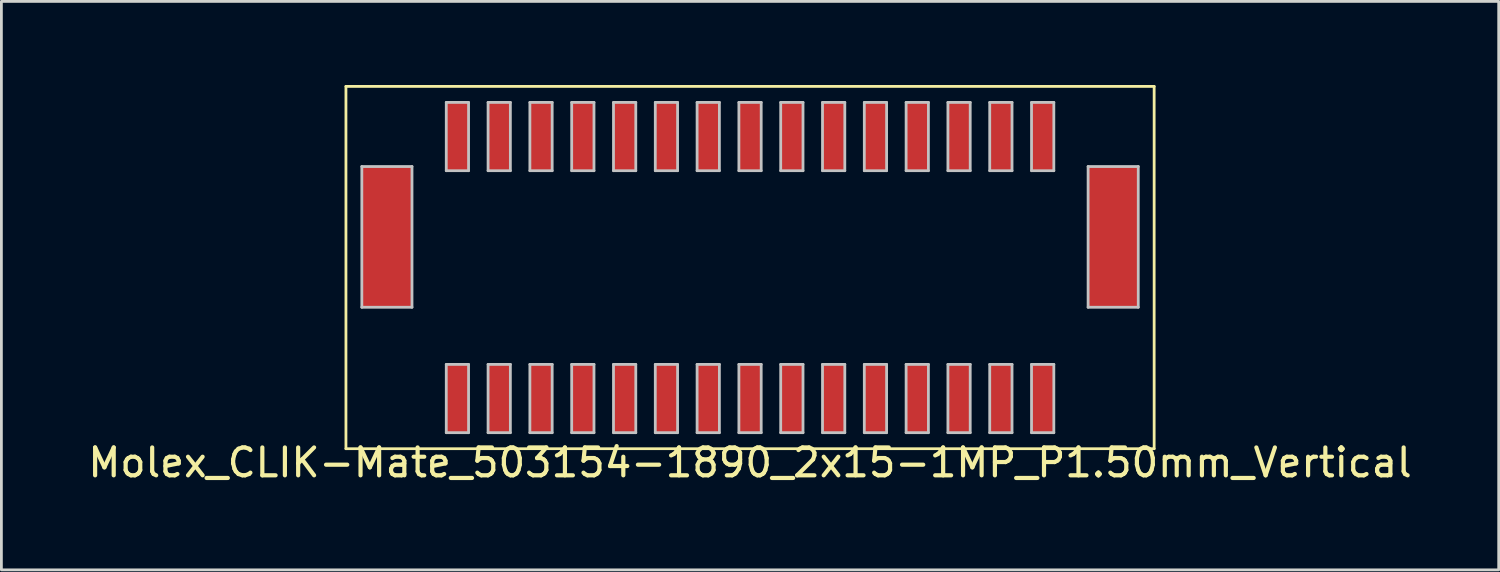
<source format=kicad_pcb>
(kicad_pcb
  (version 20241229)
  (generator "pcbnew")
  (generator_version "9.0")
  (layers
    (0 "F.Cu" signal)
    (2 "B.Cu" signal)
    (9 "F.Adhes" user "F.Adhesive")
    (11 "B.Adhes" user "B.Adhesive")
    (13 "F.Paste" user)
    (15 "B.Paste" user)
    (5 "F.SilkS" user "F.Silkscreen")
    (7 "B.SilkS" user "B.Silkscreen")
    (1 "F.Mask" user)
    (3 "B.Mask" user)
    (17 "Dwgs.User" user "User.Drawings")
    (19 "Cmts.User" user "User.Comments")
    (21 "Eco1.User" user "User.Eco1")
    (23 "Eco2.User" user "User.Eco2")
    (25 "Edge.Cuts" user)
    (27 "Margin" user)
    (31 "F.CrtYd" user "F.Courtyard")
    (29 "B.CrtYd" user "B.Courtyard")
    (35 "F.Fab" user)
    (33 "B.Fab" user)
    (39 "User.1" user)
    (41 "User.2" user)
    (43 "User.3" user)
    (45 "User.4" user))
  (footprint "Molex_CLIK-Mate_503154-1890_2x15-1MP_P1.50mm_Vertical"
    (layer "F.Cu")
    (at 23.863 6.55)
    (property "Reference" "Molex_CLIK-Mate_503154-1890_2x15-1MP_P1.50mm_Vertical" (at 0 7 0) (layer "F.SilkS") (effects (font (size 1 1) (thickness 0.15))))
    (attr through_hole)
    (fp_line (start -14.5 -6.5) (end -14.5 6.5) (stroke (width 0.1) (type solid)) (layer "F.SilkS"))
    (fp_line (start -14.5 6.5) (end 14.5 6.5) (stroke (width 0.1) (type solid)) (layer "F.SilkS"))
    (fp_line (start 14.5 -6.5) (end -14.5 -6.5) (stroke (width 0.1) (type solid)) (layer "F.SilkS"))
    (fp_line (start 14.5 6.5) (end 14.5 -6.5) (stroke (width 0.1) (type solid)) (layer "F.SilkS"))
    (fp_line (start -13.93 -3.625) (end -12.13 -3.625) (stroke (width 0.1) (type solid)) (layer "Dwgs.User"))
    (fp_line (start -13.93 1.425) (end -13.93 -3.625) (stroke (width 0.1) (type solid)) (layer "Dwgs.User"))
    (fp_line (start -12.13 -3.625) (end -12.13 1.425) (stroke (width 0.1) (type solid)) (layer "Dwgs.User"))
    (fp_line (start -12.13 1.425) (end -13.93 1.425) (stroke (width 0.1) (type solid)) (layer "Dwgs.User"))
    (fp_line (start -10.9 -5.925) (end -10.1 -5.925) (stroke (width 0.1) (type solid)) (layer "Dwgs.User"))
    (fp_line (start -10.9 -3.475) (end -10.9 -5.925) (stroke (width 0.1) (type solid)) (layer "Dwgs.User"))
    (fp_line (start -10.9 3.475) (end -10.1 3.475) (stroke (width 0.1) (type solid)) (layer "Dwgs.User"))
    (fp_line (start -10.9 5.925) (end -10.9 3.475) (stroke (width 0.1) (type solid)) (layer "Dwgs.User"))
    (fp_line (start -10.1 -5.925) (end -10.1 -3.475) (stroke (width 0.1) (type solid)) (layer "Dwgs.User"))
    (fp_line (start -10.1 -3.475) (end -10.9 -3.475) (stroke (width 0.1) (type solid)) (layer "Dwgs.User"))
    (fp_line (start -10.1 3.475) (end -10.1 5.925) (stroke (width 0.1) (type solid)) (layer "Dwgs.User"))
    (fp_line (start -10.1 5.925) (end -10.9 5.925) (stroke (width 0.1) (type solid)) (layer "Dwgs.User"))
    (fp_line (start -9.4 -5.925) (end -8.6 -5.925) (stroke (width 0.1) (type solid)) (layer "Dwgs.User"))
    (fp_line (start -9.4 -3.475) (end -9.4 -5.925) (stroke (width 0.1) (type solid)) (layer "Dwgs.User"))
    (fp_line (start -9.4 3.475) (end -8.6 3.475) (stroke (width 0.1) (type solid)) (layer "Dwgs.User"))
    (fp_line (start -9.4 5.925) (end -9.4 3.475) (stroke (width 0.1) (type solid)) (layer "Dwgs.User"))
    (fp_line (start -8.6 -5.925) (end -8.6 -3.475) (stroke (width 0.1) (type solid)) (layer "Dwgs.User"))
    (fp_line (start -8.6 -3.475) (end -9.4 -3.475) (stroke (width 0.1) (type solid)) (layer "Dwgs.User"))
    (fp_line (start -8.6 3.475) (end -8.6 5.925) (stroke (width 0.1) (type solid)) (layer "Dwgs.User"))
    (fp_line (start -8.6 5.925) (end -9.4 5.925) (stroke (width 0.1) (type solid)) (layer "Dwgs.User"))
    (fp_line (start -7.9 -5.925) (end -7.1 -5.925) (stroke (width 0.1) (type solid)) (layer "Dwgs.User"))
    (fp_line (start -7.9 -3.475) (end -7.9 -5.925) (stroke (width 0.1) (type solid)) (layer "Dwgs.User"))
    (fp_line (start -7.9 3.475) (end -7.1 3.475) (stroke (width 0.1) (type solid)) (layer "Dwgs.User"))
    (fp_line (start -7.9 5.925) (end -7.9 3.475) (stroke (width 0.1) (type solid)) (layer "Dwgs.User"))
    (fp_line (start -7.1 -5.925) (end -7.1 -3.475) (stroke (width 0.1) (type solid)) (layer "Dwgs.User"))
    (fp_line (start -7.1 -3.475) (end -7.9 -3.475) (stroke (width 0.1) (type solid)) (layer "Dwgs.User"))
    (fp_line (start -7.1 3.475) (end -7.1 5.925) (stroke (width 0.1) (type solid)) (layer "Dwgs.User"))
    (fp_line (start -7.1 5.925) (end -7.9 5.925) (stroke (width 0.1) (type solid)) (layer "Dwgs.User"))
    (fp_line (start -6.4 -5.925) (end -5.6 -5.925) (stroke (width 0.1) (type solid)) (layer "Dwgs.User"))
    (fp_line (start -6.4 -3.475) (end -6.4 -5.925) (stroke (width 0.1) (type solid)) (layer "Dwgs.User"))
    (fp_line (start -6.4 3.475) (end -5.6 3.475) (stroke (width 0.1) (type solid)) (layer "Dwgs.User"))
    (fp_line (start -6.4 5.925) (end -6.4 3.475) (stroke (width 0.1) (type solid)) (layer "Dwgs.User"))
    (fp_line (start -5.6 -5.925) (end -5.6 -3.475) (stroke (width 0.1) (type solid)) (layer "Dwgs.User"))
    (fp_line (start -5.6 -3.475) (end -6.4 -3.475) (stroke (width 0.1) (type solid)) (layer "Dwgs.User"))
    (fp_line (start -5.6 3.475) (end -5.6 5.925) (stroke (width 0.1) (type solid)) (layer "Dwgs.User"))
    (fp_line (start -5.6 5.925) (end -6.4 5.925) (stroke (width 0.1) (type solid)) (layer "Dwgs.User"))
    (fp_line (start -4.9 -5.925) (end -4.1 -5.925) (stroke (width 0.1) (type solid)) (layer "Dwgs.User"))
    (fp_line (start -4.9 -3.475) (end -4.9 -5.925) (stroke (width 0.1) (type solid)) (layer "Dwgs.User"))
    (fp_line (start -4.9 3.475) (end -4.1 3.475) (stroke (width 0.1) (type solid)) (layer "Dwgs.User"))
    (fp_line (start -4.9 5.925) (end -4.9 3.475) (stroke (width 0.1) (type solid)) (layer "Dwgs.User"))
    (fp_line (start -4.1 -5.925) (end -4.1 -3.475) (stroke (width 0.1) (type solid)) (layer "Dwgs.User"))
    (fp_line (start -4.1 -3.475) (end -4.9 -3.475) (stroke (width 0.1) (type solid)) (layer "Dwgs.User"))
    (fp_line (start -4.1 3.475) (end -4.1 5.925) (stroke (width 0.1) (type solid)) (layer "Dwgs.User"))
    (fp_line (start -4.1 5.925) (end -4.9 5.925) (stroke (width 0.1) (type solid)) (layer "Dwgs.User"))
    (fp_line (start -3.4 -5.925) (end -2.6 -5.925) (stroke (width 0.1) (type solid)) (layer "Dwgs.User"))
    (fp_line (start -3.4 -3.475) (end -3.4 -5.925) (stroke (width 0.1) (type solid)) (layer "Dwgs.User"))
    (fp_line (start -3.4 3.475) (end -2.6 3.475) (stroke (width 0.1) (type solid)) (layer "Dwgs.User"))
    (fp_line (start -3.4 5.925) (end -3.4 3.475) (stroke (width 0.1) (type solid)) (layer "Dwgs.User"))
    (fp_line (start -2.6 -5.925) (end -2.6 -3.475) (stroke (width 0.1) (type solid)) (layer "Dwgs.User"))
    (fp_line (start -2.6 -3.475) (end -3.4 -3.475) (stroke (width 0.1) (type solid)) (layer "Dwgs.User"))
    (fp_line (start -2.6 3.475) (end -2.6 5.925) (stroke (width 0.1) (type solid)) (layer "Dwgs.User"))
    (fp_line (start -2.6 5.925) (end -3.4 5.925) (stroke (width 0.1) (type solid)) (layer "Dwgs.User"))
    (fp_line (start -1.9 -5.925) (end -1.1 -5.925) (stroke (width 0.1) (type solid)) (layer "Dwgs.User"))
    (fp_line (start -1.9 -3.475) (end -1.9 -5.925) (stroke (width 0.1) (type solid)) (layer "Dwgs.User"))
    (fp_line (start -1.9 3.475) (end -1.1 3.475) (stroke (width 0.1) (type solid)) (layer "Dwgs.User"))
    (fp_line (start -1.9 5.925) (end -1.9 3.475) (stroke (width 0.1) (type solid)) (layer "Dwgs.User"))
    (fp_line (start -1.1 -5.925) (end -1.1 -3.475) (stroke (width 0.1) (type solid)) (layer "Dwgs.User"))
    (fp_line (start -1.1 -3.475) (end -1.9 -3.475) (stroke (width 0.1) (type solid)) (layer "Dwgs.User"))
    (fp_line (start -1.1 3.475) (end -1.1 5.925) (stroke (width 0.1) (type solid)) (layer "Dwgs.User"))
    (fp_line (start -1.1 5.925) (end -1.9 5.925) (stroke (width 0.1) (type solid)) (layer "Dwgs.User"))
    (fp_line (start -0.4 -5.925) (end 0.4 -5.925) (stroke (width 0.1) (type solid)) (layer "Dwgs.User"))
    (fp_line (start -0.4 -3.475) (end -0.4 -5.925) (stroke (width 0.1) (type solid)) (layer "Dwgs.User"))
    (fp_line (start -0.4 3.475) (end 0.4 3.475) (stroke (width 0.1) (type solid)) (layer "Dwgs.User"))
    (fp_line (start -0.4 5.925) (end -0.4 3.475) (stroke (width 0.1) (type solid)) (layer "Dwgs.User"))
    (fp_line (start 0.4 -5.925) (end 0.4 -3.475) (stroke (width 0.1) (type solid)) (layer "Dwgs.User"))
    (fp_line (start 0.4 -3.475) (end -0.4 -3.475) (stroke (width 0.1) (type solid)) (layer "Dwgs.User"))
    (fp_line (start 0.4 3.475) (end 0.4 5.925) (stroke (width 0.1) (type solid)) (layer "Dwgs.User"))
    (fp_line (start 0.4 5.925) (end -0.4 5.925) (stroke (width 0.1) (type solid)) (layer "Dwgs.User"))
    (fp_line (start 1.1 -5.925) (end 1.9 -5.925) (stroke (width 0.1) (type solid)) (layer "Dwgs.User"))
    (fp_line (start 1.1 -3.475) (end 1.1 -5.925) (stroke (width 0.1) (type solid)) (layer "Dwgs.User"))
    (fp_line (start 1.1 3.475) (end 1.9 3.475) (stroke (width 0.1) (type solid)) (layer "Dwgs.User"))
    (fp_line (start 1.1 5.925) (end 1.1 3.475) (stroke (width 0.1) (type solid)) (layer "Dwgs.User"))
    (fp_line (start 1.9 -5.925) (end 1.9 -3.475) (stroke (width 0.1) (type solid)) (layer "Dwgs.User"))
    (fp_line (start 1.9 -3.475) (end 1.1 -3.475) (stroke (width 0.1) (type solid)) (layer "Dwgs.User"))
    (fp_line (start 1.9 3.475) (end 1.9 5.925) (stroke (width 0.1) (type solid)) (layer "Dwgs.User"))
    (fp_line (start 1.9 5.925) (end 1.1 5.925) (stroke (width 0.1) (type solid)) (layer "Dwgs.User"))
    (fp_line (start 2.6 -5.925) (end 3.4 -5.925) (stroke (width 0.1) (type solid)) (layer "Dwgs.User"))
    (fp_line (start 2.6 -3.475) (end 2.6 -5.925) (stroke (width 0.1) (type solid)) (layer "Dwgs.User"))
    (fp_line (start 2.6 3.475) (end 3.4 3.475) (stroke (width 0.1) (type solid)) (layer "Dwgs.User"))
    (fp_line (start 2.6 5.925) (end 2.6 3.475) (stroke (width 0.1) (type solid)) (layer "Dwgs.User"))
    (fp_line (start 3.4 -5.925) (end 3.4 -3.475) (stroke (width 0.1) (type solid)) (layer "Dwgs.User"))
    (fp_line (start 3.4 -3.475) (end 2.6 -3.475) (stroke (width 0.1) (type solid)) (layer "Dwgs.User"))
    (fp_line (start 3.4 3.475) (end 3.4 5.925) (stroke (width 0.1) (type solid)) (layer "Dwgs.User"))
    (fp_line (start 3.4 5.925) (end 2.6 5.925) (stroke (width 0.1) (type solid)) (layer "Dwgs.User"))
    (fp_line (start 4.1 -5.925) (end 4.9 -5.925) (stroke (width 0.1) (type solid)) (layer "Dwgs.User"))
    (fp_line (start 4.1 -3.475) (end 4.1 -5.925) (stroke (width 0.1) (type solid)) (layer "Dwgs.User"))
    (fp_line (start 4.1 3.475) (end 4.9 3.475) (stroke (width 0.1) (type solid)) (layer "Dwgs.User"))
    (fp_line (start 4.1 5.925) (end 4.1 3.475) (stroke (width 0.1) (type solid)) (layer "Dwgs.User"))
    (fp_line (start 4.9 -5.925) (end 4.9 -3.475) (stroke (width 0.1) (type solid)) (layer "Dwgs.User"))
    (fp_line (start 4.9 -3.475) (end 4.1 -3.475) (stroke (width 0.1) (type solid)) (layer "Dwgs.User"))
    (fp_line (start 4.9 3.475) (end 4.9 5.925) (stroke (width 0.1) (type solid)) (layer "Dwgs.User"))
    (fp_line (start 4.9 5.925) (end 4.1 5.925) (stroke (width 0.1) (type solid)) (layer "Dwgs.User"))
    (fp_line (start 5.6 -5.925) (end 6.4 -5.925) (stroke (width 0.1) (type solid)) (layer "Dwgs.User"))
    (fp_line (start 5.6 -3.475) (end 5.6 -5.925) (stroke (width 0.1) (type solid)) (layer "Dwgs.User"))
    (fp_line (start 5.6 3.475) (end 6.4 3.475) (stroke (width 0.1) (type solid)) (layer "Dwgs.User"))
    (fp_line (start 5.6 5.925) (end 5.6 3.475) (stroke (width 0.1) (type solid)) (layer "Dwgs.User"))
    (fp_line (start 6.4 -5.925) (end 6.4 -3.475) (stroke (width 0.1) (type solid)) (layer "Dwgs.User"))
    (fp_line (start 6.4 -3.475) (end 5.6 -3.475) (stroke (width 0.1) (type solid)) (layer "Dwgs.User"))
    (fp_line (start 6.4 3.475) (end 6.4 5.925) (stroke (width 0.1) (type solid)) (layer "Dwgs.User"))
    (fp_line (start 6.4 5.925) (end 5.6 5.925) (stroke (width 0.1) (type solid)) (layer "Dwgs.User"))
    (fp_line (start 7.1 -5.925) (end 7.9 -5.925) (stroke (width 0.1) (type solid)) (layer "Dwgs.User"))
    (fp_line (start 7.1 -3.475) (end 7.1 -5.925) (stroke (width 0.1) (type solid)) (layer "Dwgs.User"))
    (fp_line (start 7.1 3.475) (end 7.9 3.475) (stroke (width 0.1) (type solid)) (layer "Dwgs.User"))
    (fp_line (start 7.1 5.925) (end 7.1 3.475) (stroke (width 0.1) (type solid)) (layer "Dwgs.User"))
    (fp_line (start 7.9 -5.925) (end 7.9 -3.475) (stroke (width 0.1) (type solid)) (layer "Dwgs.User"))
    (fp_line (start 7.9 -3.475) (end 7.1 -3.475) (stroke (width 0.1) (type solid)) (layer "Dwgs.User"))
    (fp_line (start 7.9 3.475) (end 7.9 5.925) (stroke (width 0.1) (type solid)) (layer "Dwgs.User"))
    (fp_line (start 7.9 5.925) (end 7.1 5.925) (stroke (width 0.1) (type solid)) (layer "Dwgs.User"))
    (fp_line (start 8.6 -5.925) (end 9.4 -5.925) (stroke (width 0.1) (type solid)) (layer "Dwgs.User"))
    (fp_line (start 8.6 -3.475) (end 8.6 -5.925) (stroke (width 0.1) (type solid)) (layer "Dwgs.User"))
    (fp_line (start 8.6 3.475) (end 9.4 3.475) (stroke (width 0.1) (type solid)) (layer "Dwgs.User"))
    (fp_line (start 8.6 5.925) (end 8.6 3.475) (stroke (width 0.1) (type solid)) (layer "Dwgs.User"))
    (fp_line (start 9.4 -5.925) (end 9.4 -3.475) (stroke (width 0.1) (type solid)) (layer "Dwgs.User"))
    (fp_line (start 9.4 -3.475) (end 8.6 -3.475) (stroke (width 0.1) (type solid)) (layer "Dwgs.User"))
    (fp_line (start 9.4 3.475) (end 9.4 5.925) (stroke (width 0.1) (type solid)) (layer "Dwgs.User"))
    (fp_line (start 9.4 5.925) (end 8.6 5.925) (stroke (width 0.1) (type solid)) (layer "Dwgs.User"))
    (fp_line (start 10.1 -5.925) (end 10.9 -5.925) (stroke (width 0.1) (type solid)) (layer "Dwgs.User"))
    (fp_line (start 10.1 -3.475) (end 10.1 -5.925) (stroke (width 0.1) (type solid)) (layer "Dwgs.User"))
    (fp_line (start 10.1 3.475) (end 10.9 3.475) (stroke (width 0.1) (type solid)) (layer "Dwgs.User"))
    (fp_line (start 10.1 5.925) (end 10.1 3.475) (stroke (width 0.1) (type solid)) (layer "Dwgs.User"))
    (fp_line (start 10.9 -5.925) (end 10.9 -3.475) (stroke (width 0.1) (type solid)) (layer "Dwgs.User"))
    (fp_line (start 10.9 -3.475) (end 10.1 -3.475) (stroke (width 0.1) (type solid)) (layer "Dwgs.User"))
    (fp_line (start 10.9 3.475) (end 10.9 5.925) (stroke (width 0.1) (type solid)) (layer "Dwgs.User"))
    (fp_line (start 10.9 5.925) (end 10.1 5.925) (stroke (width 0.1) (type solid)) (layer "Dwgs.User"))
    (fp_line (start 12.13 -3.625) (end 13.93 -3.625) (stroke (width 0.1) (type solid)) (layer "Dwgs.User"))
    (fp_line (start 12.13 1.425) (end 12.13 -3.625) (stroke (width 0.1) (type solid)) (layer "Dwgs.User"))
    (fp_line (start 13.93 -3.625) (end 13.93 1.425) (stroke (width 0.1) (type solid)) (layer "Dwgs.User"))
    (fp_line (start 13.93 1.425) (end 12.13 1.425) (stroke (width 0.1) (type solid)) (layer "Dwgs.User"))
    (pad "1" smd rect (at 10.5 4.7) (size 0.8 2.45) (layers "F.Cu" "F.Mask" "F.Paste"))
    (pad "2" smd rect (at 10.5 -4.7) (size 0.8 2.45) (layers "F.Cu" "F.Mask" "F.Paste"))
    (pad "3" smd rect (at 9 4.7) (size 0.8 2.45) (layers "F.Cu" "F.Mask" "F.Paste"))
    (pad "4" smd rect (at 9 -4.7) (size 0.8 2.45) (layers "F.Cu" "F.Mask" "F.Paste"))
    (pad "5" smd rect (at 7.5 4.7) (size 0.8 2.45) (layers "F.Cu" "F.Mask" "F.Paste"))
    (pad "6" smd rect (at 7.5 -4.7) (size 0.8 2.45) (layers "F.Cu" "F.Mask" "F.Paste"))
    (pad "7" smd rect (at 6 4.7) (size 0.8 2.45) (layers "F.Cu" "F.Mask" "F.Paste"))
    (pad "8" smd rect (at 6 -4.7) (size 0.8 2.45) (layers "F.Cu" "F.Mask" "F.Paste"))
    (pad "9" smd rect (at 4.5 4.7) (size 0.8 2.45) (layers "F.Cu" "F.Mask" "F.Paste"))
    (pad "10" smd rect (at 4.5 -4.7) (size 0.8 2.45) (layers "F.Cu" "F.Mask" "F.Paste"))
    (pad "11" smd rect (at 3 4.7) (size 0.8 2.45) (layers "F.Cu" "F.Mask" "F.Paste"))
    (pad "12" smd rect (at 3 -4.7) (size 0.8 2.45) (layers "F.Cu" "F.Mask" "F.Paste"))
    (pad "13" smd rect (at 1.5 4.7) (size 0.8 2.45) (layers "F.Cu" "F.Mask" "F.Paste"))
    (pad "14" smd rect (at 1.5 -4.7) (size 0.8 2.45) (layers "F.Cu" "F.Mask" "F.Paste"))
    (pad "15" smd rect (at 0 4.7) (size 0.8 2.45) (layers "F.Cu" "F.Mask" "F.Paste"))
    (pad "16" smd rect (at 0 -4.7) (size 0.8 2.45) (layers "F.Cu" "F.Mask" "F.Paste"))
    (pad "17" smd rect (at -1.5 4.7) (size 0.8 2.45) (layers "F.Cu" "F.Mask" "F.Paste"))
    (pad "18" smd rect (at -1.5 -4.7) (size 0.8 2.45) (layers "F.Cu" "F.Mask" "F.Paste"))
    (pad "19" smd rect (at -3 4.7) (size 0.8 2.45) (layers "F.Cu" "F.Mask" "F.Paste"))
    (pad "20" smd rect (at -3 -4.7) (size 0.8 2.45) (layers "F.Cu" "F.Mask" "F.Paste"))
    (pad "21" smd rect (at -4.5 4.7) (size 0.8 2.45) (layers "F.Cu" "F.Mask" "F.Paste"))
    (pad "22" smd rect (at -4.5 -4.7) (size 0.8 2.45) (layers "F.Cu" "F.Mask" "F.Paste"))
    (pad "23" smd rect (at -6 4.7) (size 0.8 2.45) (layers "F.Cu" "F.Mask" "F.Paste"))
    (pad "24" smd rect (at -6 -4.7) (size 0.8 2.45) (layers "F.Cu" "F.Mask" "F.Paste"))
    (pad "25" smd rect (at -7.5 4.7) (size 0.8 2.45) (layers "F.Cu" "F.Mask" "F.Paste"))
    (pad "26" smd rect (at -7.5 -4.7) (size 0.8 2.45) (layers "F.Cu" "F.Mask" "F.Paste"))
    (pad "27" smd rect (at -9 4.7) (size 0.8 2.45) (layers "F.Cu" "F.Mask" "F.Paste"))
    (pad "28" smd rect (at -9 -4.7) (size 0.8 2.45) (layers "F.Cu" "F.Mask" "F.Paste"))
    (pad "29" smd rect (at -10.5 4.7) (size 0.8 2.45) (layers "F.Cu" "F.Mask" "F.Paste"))
    (pad "30" smd rect (at -10.5 -4.7) (size 0.8 2.45) (layers "F.Cu" "F.Mask" "F.Paste"))
    (pad "NC" smd rect (at -13.04 -1.1) (size 1.8 5.05) (layers "F.Cu" "F.Mask" "F.Paste"))
    (pad "NC" smd rect (at 13.03 -1.11) (size 1.8 5.05) (layers "F.Cu" "F.Mask" "F.Paste")))
  (gr_rect
    (start -3 -3)
    (end 50.726 17.398)
    (stroke (width 0.1) (type default))
    (fill no)
    (layer "Edge.Cuts")))
</source>
